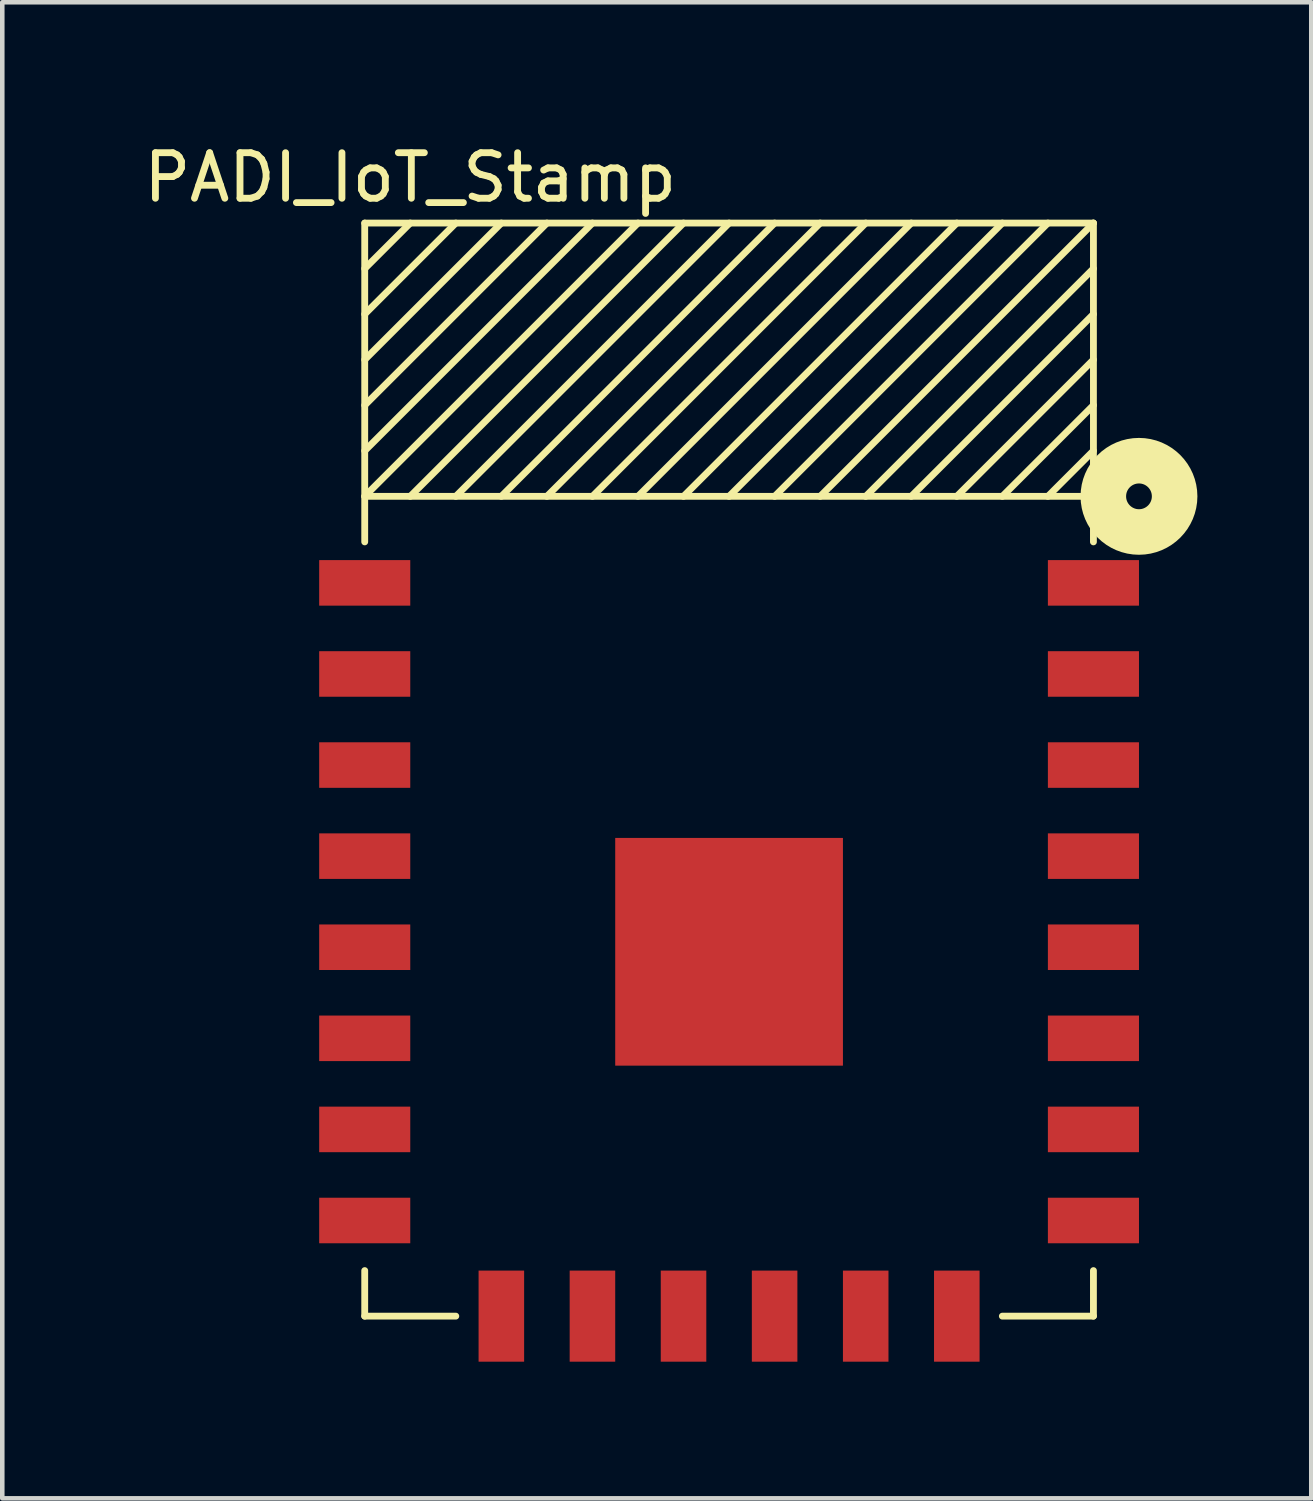
<source format=kicad_pcb>
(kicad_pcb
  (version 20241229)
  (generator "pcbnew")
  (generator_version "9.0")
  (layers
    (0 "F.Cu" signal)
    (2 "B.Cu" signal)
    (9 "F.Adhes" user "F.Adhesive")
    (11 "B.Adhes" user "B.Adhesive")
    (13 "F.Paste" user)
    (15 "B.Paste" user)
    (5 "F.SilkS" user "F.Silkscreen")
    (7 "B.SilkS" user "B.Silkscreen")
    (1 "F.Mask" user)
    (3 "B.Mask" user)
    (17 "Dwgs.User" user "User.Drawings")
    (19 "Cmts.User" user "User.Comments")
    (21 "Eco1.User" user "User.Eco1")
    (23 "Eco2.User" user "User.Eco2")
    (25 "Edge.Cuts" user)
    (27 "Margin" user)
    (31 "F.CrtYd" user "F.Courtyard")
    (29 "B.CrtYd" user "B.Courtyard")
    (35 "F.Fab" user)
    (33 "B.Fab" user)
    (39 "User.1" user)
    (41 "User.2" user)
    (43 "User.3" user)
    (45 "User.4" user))
  (footprint "PADI_IoT_Stamp"
    (layer "F.Cu")
    (at 4.958 25.848)
    (property "Reference" "PADI_IoT_Stamp" (at 1 -25 0) (layer "F.SilkS") (effects (font (size 1 1) (thickness 0.15))))
    (attr through_hole)
    (fp_line (start 0 -24) (end 16 -24) (stroke (width 0.15) (type solid)) (layer "F.SilkS"))
    (fp_line (start 0 -17) (end 0 -24) (stroke (width 0.15) (type solid)) (layer "F.SilkS"))
    (fp_line (start 0 0) (end 0 -1) (stroke (width 0.15) (type solid)) (layer "F.SilkS"))
    (fp_line (start 1 -24) (end 0 -23) (stroke (width 0.15) (type solid)) (layer "F.SilkS"))
    (fp_line (start 1 -18) (end 7 -24) (stroke (width 0.15) (type solid)) (layer "F.SilkS"))
    (fp_line (start 2 -24) (end 0 -22) (stroke (width 0.15) (type solid)) (layer "F.SilkS"))
    (fp_line (start 2 0) (end 0 0) (stroke (width 0.15) (type solid)) (layer "F.SilkS"))
    (fp_line (start 3 -24) (end 0 -21) (stroke (width 0.15) (type solid)) (layer "F.SilkS"))
    (fp_line (start 4 -24) (end 0 -20) (stroke (width 0.15) (type solid)) (layer "F.SilkS"))
    (fp_line (start 4 -18) (end 10 -24) (stroke (width 0.15) (type solid)) (layer "F.SilkS"))
    (fp_line (start 5 -24) (end 0 -19) (stroke (width 0.15) (type solid)) (layer "F.SilkS"))
    (fp_line (start 6 -24) (end 0 -18) (stroke (width 0.15) (type solid)) (layer "F.SilkS"))
    (fp_line (start 6 -18) (end 12 -24) (stroke (width 0.15) (type solid)) (layer "F.SilkS"))
    (fp_line (start 8 -24) (end 2 -18) (stroke (width 0.15) (type solid)) (layer "F.SilkS"))
    (fp_line (start 9 -24) (end 3 -18) (stroke (width 0.15) (type solid)) (layer "F.SilkS"))
    (fp_line (start 11 -24) (end 5 -18) (stroke (width 0.15) (type solid)) (layer "F.SilkS"))
    (fp_line (start 13 -24) (end 7 -18) (stroke (width 0.15) (type solid)) (layer "F.SilkS"))
    (fp_line (start 14 -24) (end 8 -18) (stroke (width 0.15) (type solid)) (layer "F.SilkS"))
    (fp_line (start 15 -24) (end 9 -18) (stroke (width 0.15) (type solid)) (layer "F.SilkS"))
    (fp_line (start 16 -24) (end 10 -18) (stroke (width 0.15) (type solid)) (layer "F.SilkS"))
    (fp_line (start 16 -23) (end 11 -18) (stroke (width 0.15) (type solid)) (layer "F.SilkS"))
    (fp_line (start 16 -22) (end 12 -18) (stroke (width 0.15) (type solid)) (layer "F.SilkS"))
    (fp_line (start 16 -21) (end 13 -18) (stroke (width 0.15) (type solid)) (layer "F.SilkS"))
    (fp_line (start 16 -20) (end 14 -18) (stroke (width 0.15) (type solid)) (layer "F.SilkS"))
    (fp_line (start 16 -19) (end 15 -18) (stroke (width 0.15) (type solid)) (layer "F.SilkS"))
    (fp_line (start 16 -18) (end 0 -18) (stroke (width 0.15) (type solid)) (layer "F.SilkS"))
    (fp_line (start 16 -17) (end 16 -24) (stroke (width 0.15) (type solid)) (layer "F.SilkS"))
    (fp_line (start 16 0) (end 14 0) (stroke (width 0.15) (type solid)) (layer "F.SilkS"))
    (fp_line (start 16 0) (end 16 -1) (stroke (width 0.15) (type solid)) (layer "F.SilkS"))
    (fp_circle (center 17 -18) (end 17.2 -17.8) (stroke (width 1) (type solid)) (fill no) (layer "F.SilkS"))
    (pad "1" smd rect (at 16 -16.1 180) (size 2 1) (layers "F.Cu" "F.Mask" "F.Paste"))
    (pad "2" smd rect (at 16 -14.1 180) (size 2 1) (layers "F.Cu" "F.Mask" "F.Paste"))
    (pad "3" smd rect (at 16 -12.1 180) (size 2 1) (layers "F.Cu" "F.Mask" "F.Paste"))
    (pad "4" smd rect (at 16 -10.1 180) (size 2 1) (layers "F.Cu" "F.Mask" "F.Paste"))
    (pad "5" smd rect (at 16 -8.1 180) (size 2 1) (layers "F.Cu" "F.Mask" "F.Paste"))
    (pad "6" smd rect (at 16 -6.1 180) (size 2 1) (layers "F.Cu" "F.Mask" "F.Paste"))
    (pad "7" smd rect (at 16 -4.1 180) (size 2 1) (layers "F.Cu" "F.Mask" "F.Paste"))
    (pad "8" smd rect (at 16 -2.1 180) (size 2 1) (layers "F.Cu" "F.Mask" "F.Paste"))
    (pad "9" smd rect (at 13 0 180) (size 1 2) (layers "F.Cu" "F.Mask" "F.Paste"))
    (pad "10" smd rect (at 11 0 180) (size 1 2) (layers "F.Cu" "F.Mask" "F.Paste"))
    (pad "11" smd rect (at 9 0 180) (size 1 2) (layers "F.Cu" "F.Mask" "F.Paste"))
    (pad "12" smd rect (at 7 0 180) (size 1 2) (layers "F.Cu" "F.Mask" "F.Paste"))
    (pad "13" smd rect (at 5 0 180) (size 1 2) (layers "F.Cu" "F.Mask" "F.Paste"))
    (pad "14" smd rect (at 3 0 180) (size 1 2) (layers "F.Cu" "F.Mask" "F.Paste"))
    (pad "15" smd rect (at 0 -2.1 180) (size 2 1) (layers "F.Cu" "F.Mask" "F.Paste"))
    (pad "16" smd rect (at 0 -4.1 180) (size 2 1) (layers "F.Cu" "F.Mask" "F.Paste"))
    (pad "17" smd rect (at 0 -6.1 180) (size 2 1) (layers "F.Cu" "F.Mask" "F.Paste"))
    (pad "18" smd rect (at 0 -8.1 180) (size 2 1) (layers "F.Cu" "F.Mask" "F.Paste"))
    (pad "19" smd rect (at 0 -10.1 180) (size 2 1) (layers "F.Cu" "F.Mask" "F.Paste"))
    (pad "20" smd rect (at 0 -12.1 180) (size 2 1) (layers "F.Cu" "F.Mask" "F.Paste"))
    (pad "21" smd rect (at 0 -14.1 180) (size 2 1) (layers "F.Cu" "F.Mask" "F.Paste"))
    (pad "22" smd rect (at 0 -16.1 180) (size 2 1) (layers "F.Cu" "F.Mask" "F.Paste"))
    (pad "23" smd rect (at 8 -8 180) (size 5 5) (layers "F.Cu" "F.Mask" "F.Paste")))
  (gr_rect
    (start -3 -3)
    (end 25.741 29.848)
    (stroke (width 0.1) (type default))
    (fill no)
    (layer "Edge.Cuts")))
</source>
